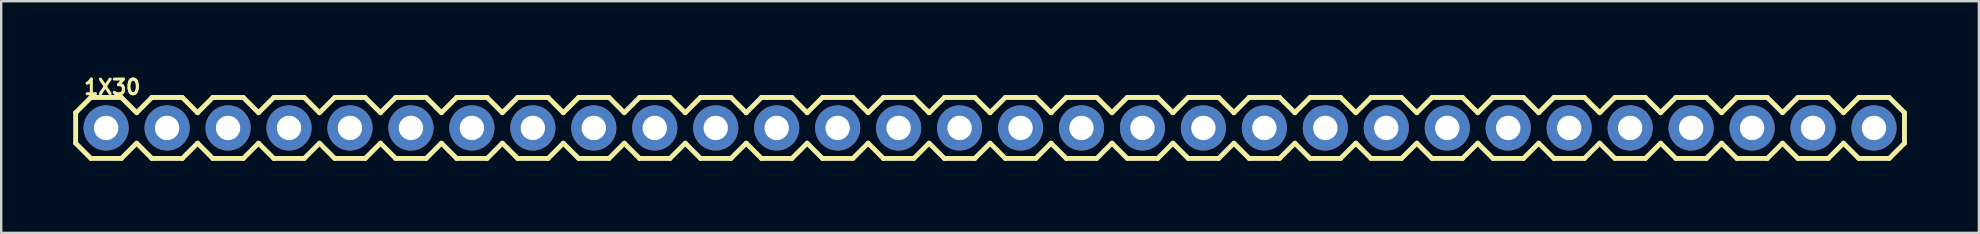
<source format=kicad_pcb>
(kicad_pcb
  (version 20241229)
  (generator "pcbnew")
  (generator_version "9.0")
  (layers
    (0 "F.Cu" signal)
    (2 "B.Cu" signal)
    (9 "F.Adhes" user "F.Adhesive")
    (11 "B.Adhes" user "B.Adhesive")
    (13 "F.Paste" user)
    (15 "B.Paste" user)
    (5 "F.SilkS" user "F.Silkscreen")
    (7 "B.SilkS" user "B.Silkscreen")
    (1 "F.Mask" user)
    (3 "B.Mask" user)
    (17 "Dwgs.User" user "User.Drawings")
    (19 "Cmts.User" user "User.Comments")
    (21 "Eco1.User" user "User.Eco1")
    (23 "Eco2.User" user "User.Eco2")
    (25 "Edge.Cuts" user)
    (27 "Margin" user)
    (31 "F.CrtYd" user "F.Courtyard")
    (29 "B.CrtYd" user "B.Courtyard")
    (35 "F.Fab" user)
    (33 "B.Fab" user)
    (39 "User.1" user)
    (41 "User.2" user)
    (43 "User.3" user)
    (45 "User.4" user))
  (footprint "1X30"
    (layer "F.Cu")
    (at 1.372 2.281)
    (property "Reference" "1X30" (at 0.254 -1.702 0) (layer "F.SilkS") (effects (font (size 0.61 0.61) (thickness 0.127))))
    (attr exclude_from_pos_files exclude_from_bom)
    (fp_line (start -1.27 -0.635) (end -1.27 0.635) (stroke (width 0.203) (type solid)) (layer "F.SilkS"))
    (fp_line (start -1.27 0.635) (end -0.635 1.27) (stroke (width 0.203) (type solid)) (layer "F.SilkS"))
    (fp_line (start -0.635 -1.27) (end -1.27 -0.635) (stroke (width 0.203) (type solid)) (layer "F.SilkS"))
    (fp_line (start -0.635 -1.27) (end 0.635 -1.27) (stroke (width 0.203) (type solid)) (layer "F.SilkS"))
    (fp_line (start 0.635 -1.27) (end 1.27 -0.635) (stroke (width 0.203) (type solid)) (layer "F.SilkS"))
    (fp_line (start 0.635 1.27) (end -0.635 1.27) (stroke (width 0.203) (type solid)) (layer "F.SilkS"))
    (fp_line (start 1.27 -0.635) (end 1.905 -1.27) (stroke (width 0.203) (type solid)) (layer "F.SilkS"))
    (fp_line (start 1.27 0.635) (end 0.635 1.27) (stroke (width 0.203) (type solid)) (layer "F.SilkS"))
    (fp_line (start 1.905 -1.27) (end 3.175 -1.27) (stroke (width 0.203) (type solid)) (layer "F.SilkS"))
    (fp_line (start 1.905 1.27) (end 1.27 0.635) (stroke (width 0.203) (type solid)) (layer "F.SilkS"))
    (fp_line (start 3.175 -1.27) (end 3.81 -0.635) (stroke (width 0.203) (type solid)) (layer "F.SilkS"))
    (fp_line (start 3.175 1.27) (end 1.905 1.27) (stroke (width 0.203) (type solid)) (layer "F.SilkS"))
    (fp_line (start 3.81 -0.635) (end 4.445 -1.27) (stroke (width 0.203) (type solid)) (layer "F.SilkS"))
    (fp_line (start 3.81 0.635) (end 3.175 1.27) (stroke (width 0.203) (type solid)) (layer "F.SilkS"))
    (fp_line (start 4.445 -1.27) (end 5.715 -1.27) (stroke (width 0.203) (type solid)) (layer "F.SilkS"))
    (fp_line (start 4.445 1.27) (end 3.81 0.635) (stroke (width 0.203) (type solid)) (layer "F.SilkS"))
    (fp_line (start 5.715 -1.27) (end 6.35 -0.635) (stroke (width 0.203) (type solid)) (layer "F.SilkS"))
    (fp_line (start 5.715 1.27) (end 4.445 1.27) (stroke (width 0.203) (type solid)) (layer "F.SilkS"))
    (fp_line (start 6.35 0.635) (end 5.715 1.27) (stroke (width 0.203) (type solid)) (layer "F.SilkS"))
    (fp_line (start 6.35 0.635) (end 6.985 1.27) (stroke (width 0.203) (type solid)) (layer "F.SilkS"))
    (fp_line (start 6.985 -1.27) (end 6.35 -0.635) (stroke (width 0.203) (type solid)) (layer "F.SilkS"))
    (fp_line (start 6.985 -1.27) (end 8.255 -1.27) (stroke (width 0.203) (type solid)) (layer "F.SilkS"))
    (fp_line (start 8.255 -1.27) (end 8.89 -0.635) (stroke (width 0.203) (type solid)) (layer "F.SilkS"))
    (fp_line (start 8.255 1.27) (end 6.985 1.27) (stroke (width 0.203) (type solid)) (layer "F.SilkS"))
    (fp_line (start 8.89 -0.635) (end 9.525 -1.27) (stroke (width 0.203) (type solid)) (layer "F.SilkS"))
    (fp_line (start 8.89 0.635) (end 8.255 1.27) (stroke (width 0.203) (type solid)) (layer "F.SilkS"))
    (fp_line (start 9.525 -1.27) (end 10.795 -1.27) (stroke (width 0.203) (type solid)) (layer "F.SilkS"))
    (fp_line (start 9.525 1.27) (end 8.89 0.635) (stroke (width 0.203) (type solid)) (layer "F.SilkS"))
    (fp_line (start 10.795 -1.27) (end 11.43 -0.635) (stroke (width 0.203) (type solid)) (layer "F.SilkS"))
    (fp_line (start 10.795 1.27) (end 9.525 1.27) (stroke (width 0.203) (type solid)) (layer "F.SilkS"))
    (fp_line (start 11.43 -0.635) (end 12.065 -1.27) (stroke (width 0.203) (type solid)) (layer "F.SilkS"))
    (fp_line (start 11.43 0.635) (end 10.795 1.27) (stroke (width 0.203) (type solid)) (layer "F.SilkS"))
    (fp_line (start 12.065 -1.27) (end 13.335 -1.27) (stroke (width 0.203) (type solid)) (layer "F.SilkS"))
    (fp_line (start 12.065 1.27) (end 11.43 0.635) (stroke (width 0.203) (type solid)) (layer "F.SilkS"))
    (fp_line (start 13.335 -1.27) (end 13.97 -0.635) (stroke (width 0.203) (type solid)) (layer "F.SilkS"))
    (fp_line (start 13.335 1.27) (end 12.065 1.27) (stroke (width 0.203) (type solid)) (layer "F.SilkS"))
    (fp_line (start 13.97 0.635) (end 13.335 1.27) (stroke (width 0.203) (type solid)) (layer "F.SilkS"))
    (fp_line (start 13.97 0.635) (end 14.605 1.27) (stroke (width 0.203) (type solid)) (layer "F.SilkS"))
    (fp_line (start 14.605 -1.27) (end 13.97 -0.635) (stroke (width 0.203) (type solid)) (layer "F.SilkS"))
    (fp_line (start 14.605 -1.27) (end 15.875 -1.27) (stroke (width 0.203) (type solid)) (layer "F.SilkS"))
    (fp_line (start 15.875 -1.27) (end 16.51 -0.635) (stroke (width 0.203) (type solid)) (layer "F.SilkS"))
    (fp_line (start 15.875 1.27) (end 14.605 1.27) (stroke (width 0.203) (type solid)) (layer "F.SilkS"))
    (fp_line (start 16.51 0.635) (end 15.875 1.27) (stroke (width 0.203) (type solid)) (layer "F.SilkS"))
    (fp_line (start 16.51 0.635) (end 17.145 1.27) (stroke (width 0.203) (type solid)) (layer "F.SilkS"))
    (fp_line (start 17.145 -1.27) (end 16.51 -0.635) (stroke (width 0.203) (type solid)) (layer "F.SilkS"))
    (fp_line (start 17.145 -1.27) (end 18.415 -1.27) (stroke (width 0.203) (type solid)) (layer "F.SilkS"))
    (fp_line (start 18.415 -1.27) (end 19.05 -0.635) (stroke (width 0.203) (type solid)) (layer "F.SilkS"))
    (fp_line (start 18.415 1.27) (end 17.145 1.27) (stroke (width 0.203) (type solid)) (layer "F.SilkS"))
    (fp_line (start 19.05 -0.635) (end 19.685 -1.27) (stroke (width 0.203) (type solid)) (layer "F.SilkS"))
    (fp_line (start 19.05 0.635) (end 18.415 1.27) (stroke (width 0.203) (type solid)) (layer "F.SilkS"))
    (fp_line (start 19.685 -1.27) (end 20.955 -1.27) (stroke (width 0.203) (type solid)) (layer "F.SilkS"))
    (fp_line (start 19.685 1.27) (end 19.05 0.635) (stroke (width 0.203) (type solid)) (layer "F.SilkS"))
    (fp_line (start 20.955 -1.27) (end 21.59 -0.635) (stroke (width 0.203) (type solid)) (layer "F.SilkS"))
    (fp_line (start 20.955 1.27) (end 19.685 1.27) (stroke (width 0.203) (type solid)) (layer "F.SilkS"))
    (fp_line (start 21.59 -0.635) (end 22.225 -1.27) (stroke (width 0.203) (type solid)) (layer "F.SilkS"))
    (fp_line (start 21.59 0.635) (end 20.955 1.27) (stroke (width 0.203) (type solid)) (layer "F.SilkS"))
    (fp_line (start 22.225 -1.27) (end 23.495 -1.27) (stroke (width 0.203) (type solid)) (layer "F.SilkS"))
    (fp_line (start 22.225 1.27) (end 21.59 0.635) (stroke (width 0.203) (type solid)) (layer "F.SilkS"))
    (fp_line (start 23.495 -1.27) (end 24.13 -0.635) (stroke (width 0.203) (type solid)) (layer "F.SilkS"))
    (fp_line (start 23.495 1.27) (end 22.225 1.27) (stroke (width 0.203) (type solid)) (layer "F.SilkS"))
    (fp_line (start 24.13 0.635) (end 23.495 1.27) (stroke (width 0.203) (type solid)) (layer "F.SilkS"))
    (fp_line (start 24.13 0.635) (end 24.765 1.27) (stroke (width 0.203) (type solid)) (layer "F.SilkS"))
    (fp_line (start 24.765 -1.27) (end 24.13 -0.635) (stroke (width 0.203) (type solid)) (layer "F.SilkS"))
    (fp_line (start 24.765 -1.27) (end 26.035 -1.27) (stroke (width 0.203) (type solid)) (layer "F.SilkS"))
    (fp_line (start 26.035 -1.27) (end 26.67 -0.635) (stroke (width 0.203) (type solid)) (layer "F.SilkS"))
    (fp_line (start 26.035 1.27) (end 24.765 1.27) (stroke (width 0.203) (type solid)) (layer "F.SilkS"))
    (fp_line (start 26.67 -0.635) (end 27.305 -1.27) (stroke (width 0.203) (type solid)) (layer "F.SilkS"))
    (fp_line (start 26.67 0.635) (end 26.035 1.27) (stroke (width 0.203) (type solid)) (layer "F.SilkS"))
    (fp_line (start 27.305 -1.27) (end 28.575 -1.27) (stroke (width 0.203) (type solid)) (layer "F.SilkS"))
    (fp_line (start 27.305 1.27) (end 26.67 0.635) (stroke (width 0.203) (type solid)) (layer "F.SilkS"))
    (fp_line (start 28.575 -1.27) (end 29.21 -0.635) (stroke (width 0.203) (type solid)) (layer "F.SilkS"))
    (fp_line (start 28.575 1.27) (end 27.305 1.27) (stroke (width 0.203) (type solid)) (layer "F.SilkS"))
    (fp_line (start 29.21 -0.635) (end 29.845 -1.27) (stroke (width 0.203) (type solid)) (layer "F.SilkS"))
    (fp_line (start 29.21 0.635) (end 28.575 1.27) (stroke (width 0.203) (type solid)) (layer "F.SilkS"))
    (fp_line (start 29.845 -1.27) (end 31.115 -1.27) (stroke (width 0.203) (type solid)) (layer "F.SilkS"))
    (fp_line (start 29.845 1.27) (end 29.21 0.635) (stroke (width 0.203) (type solid)) (layer "F.SilkS"))
    (fp_line (start 31.115 -1.27) (end 31.75 -0.635) (stroke (width 0.203) (type solid)) (layer "F.SilkS"))
    (fp_line (start 31.115 1.27) (end 29.845 1.27) (stroke (width 0.203) (type solid)) (layer "F.SilkS"))
    (fp_line (start 31.75 0.635) (end 31.115 1.27) (stroke (width 0.203) (type solid)) (layer "F.SilkS"))
    (fp_line (start 31.75 0.635) (end 32.385 1.27) (stroke (width 0.203) (type solid)) (layer "F.SilkS"))
    (fp_line (start 32.385 -1.27) (end 31.75 -0.635) (stroke (width 0.203) (type solid)) (layer "F.SilkS"))
    (fp_line (start 32.385 -1.27) (end 33.655 -1.27) (stroke (width 0.203) (type solid)) (layer "F.SilkS"))
    (fp_line (start 33.655 -1.27) (end 34.29 -0.635) (stroke (width 0.203) (type solid)) (layer "F.SilkS"))
    (fp_line (start 33.655 1.27) (end 32.385 1.27) (stroke (width 0.203) (type solid)) (layer "F.SilkS"))
    (fp_line (start 34.29 0.635) (end 33.655 1.27) (stroke (width 0.203) (type solid)) (layer "F.SilkS"))
    (fp_line (start 34.29 0.635) (end 34.925 1.27) (stroke (width 0.203) (type solid)) (layer "F.SilkS"))
    (fp_line (start 34.925 -1.27) (end 34.29 -0.635) (stroke (width 0.203) (type solid)) (layer "F.SilkS"))
    (fp_line (start 34.925 -1.27) (end 36.195 -1.27) (stroke (width 0.203) (type solid)) (layer "F.SilkS"))
    (fp_line (start 36.195 -1.27) (end 36.83 -0.635) (stroke (width 0.203) (type solid)) (layer "F.SilkS"))
    (fp_line (start 36.195 1.27) (end 34.925 1.27) (stroke (width 0.203) (type solid)) (layer "F.SilkS"))
    (fp_line (start 36.83 0.635) (end 36.195 1.27) (stroke (width 0.203) (type solid)) (layer "F.SilkS"))
    (fp_line (start 36.83 0.635) (end 37.465 1.27) (stroke (width 0.203) (type solid)) (layer "F.SilkS"))
    (fp_line (start 37.465 -1.27) (end 36.83 -0.635) (stroke (width 0.203) (type solid)) (layer "F.SilkS"))
    (fp_line (start 37.465 -1.27) (end 38.735 -1.27) (stroke (width 0.203) (type solid)) (layer "F.SilkS"))
    (fp_line (start 38.735 -1.27) (end 39.37 -0.635) (stroke (width 0.203) (type solid)) (layer "F.SilkS"))
    (fp_line (start 38.735 1.27) (end 37.465 1.27) (stroke (width 0.203) (type solid)) (layer "F.SilkS"))
    (fp_line (start 39.37 0.635) (end 38.735 1.27) (stroke (width 0.203) (type solid)) (layer "F.SilkS"))
    (fp_line (start 39.37 0.635) (end 40.005 1.27) (stroke (width 0.203) (type solid)) (layer "F.SilkS"))
    (fp_line (start 40.005 -1.27) (end 39.37 -0.635) (stroke (width 0.203) (type solid)) (layer "F.SilkS"))
    (fp_line (start 40.005 -1.27) (end 41.275 -1.27) (stroke (width 0.203) (type solid)) (layer "F.SilkS"))
    (fp_line (start 41.275 -1.27) (end 41.91 -0.635) (stroke (width 0.203) (type solid)) (layer "F.SilkS"))
    (fp_line (start 41.275 1.27) (end 40.005 1.27) (stroke (width 0.203) (type solid)) (layer "F.SilkS"))
    (fp_line (start 41.91 0.635) (end 41.275 1.27) (stroke (width 0.203) (type solid)) (layer "F.SilkS"))
    (fp_line (start 41.91 0.635) (end 42.545 1.27) (stroke (width 0.203) (type solid)) (layer "F.SilkS"))
    (fp_line (start 42.545 -1.27) (end 41.91 -0.635) (stroke (width 0.203) (type solid)) (layer "F.SilkS"))
    (fp_line (start 42.545 -1.27) (end 43.815 -1.27) (stroke (width 0.203) (type solid)) (layer "F.SilkS"))
    (fp_line (start 43.815 -1.27) (end 44.45 -0.635) (stroke (width 0.203) (type solid)) (layer "F.SilkS"))
    (fp_line (start 43.815 1.27) (end 42.545 1.27) (stroke (width 0.203) (type solid)) (layer "F.SilkS"))
    (fp_line (start 44.45 0.635) (end 43.815 1.27) (stroke (width 0.203) (type solid)) (layer "F.SilkS"))
    (fp_line (start 44.45 0.635) (end 45.085 1.27) (stroke (width 0.203) (type solid)) (layer "F.SilkS"))
    (fp_line (start 45.085 -1.27) (end 44.45 -0.635) (stroke (width 0.203) (type solid)) (layer "F.SilkS"))
    (fp_line (start 45.085 -1.27) (end 46.355 -1.27) (stroke (width 0.203) (type solid)) (layer "F.SilkS"))
    (fp_line (start 46.355 -1.27) (end 46.99 -0.635) (stroke (width 0.203) (type solid)) (layer "F.SilkS"))
    (fp_line (start 46.355 1.27) (end 45.085 1.27) (stroke (width 0.203) (type solid)) (layer "F.SilkS"))
    (fp_line (start 46.99 0.635) (end 46.355 1.27) (stroke (width 0.203) (type solid)) (layer "F.SilkS"))
    (fp_line (start 46.99 0.635) (end 47.625 1.27) (stroke (width 0.203) (type solid)) (layer "F.SilkS"))
    (fp_line (start 47.625 -1.27) (end 46.99 -0.635) (stroke (width 0.203) (type solid)) (layer "F.SilkS"))
    (fp_line (start 47.625 -1.27) (end 48.895 -1.27) (stroke (width 0.203) (type solid)) (layer "F.SilkS"))
    (fp_line (start 48.895 -1.27) (end 49.53 -0.635) (stroke (width 0.203) (type solid)) (layer "F.SilkS"))
    (fp_line (start 48.895 1.27) (end 47.625 1.27) (stroke (width 0.203) (type solid)) (layer "F.SilkS"))
    (fp_line (start 49.53 0.635) (end 48.895 1.27) (stroke (width 0.203) (type solid)) (layer "F.SilkS"))
    (fp_line (start 49.53 0.635) (end 50.165 1.27) (stroke (width 0.203) (type solid)) (layer "F.SilkS"))
    (fp_line (start 50.165 -1.27) (end 49.53 -0.635) (stroke (width 0.203) (type solid)) (layer "F.SilkS"))
    (fp_line (start 50.165 -1.27) (end 51.435 -1.27) (stroke (width 0.203) (type solid)) (layer "F.SilkS"))
    (fp_line (start 51.435 -1.27) (end 52.07 -0.635) (stroke (width 0.203) (type solid)) (layer "F.SilkS"))
    (fp_line (start 51.435 1.27) (end 50.165 1.27) (stroke (width 0.203) (type solid)) (layer "F.SilkS"))
    (fp_line (start 52.07 0.635) (end 51.435 1.27) (stroke (width 0.203) (type solid)) (layer "F.SilkS"))
    (fp_line (start 52.07 0.635) (end 52.705 1.27) (stroke (width 0.203) (type solid)) (layer "F.SilkS"))
    (fp_line (start 52.705 -1.27) (end 52.07 -0.635) (stroke (width 0.203) (type solid)) (layer "F.SilkS"))
    (fp_line (start 52.705 -1.27) (end 53.975 -1.27) (stroke (width 0.203) (type solid)) (layer "F.SilkS"))
    (fp_line (start 53.975 -1.27) (end 54.61 -0.635) (stroke (width 0.203) (type solid)) (layer "F.SilkS"))
    (fp_line (start 53.975 1.27) (end 52.705 1.27) (stroke (width 0.203) (type solid)) (layer "F.SilkS"))
    (fp_line (start 54.61 0.635) (end 53.975 1.27) (stroke (width 0.203) (type solid)) (layer "F.SilkS"))
    (fp_line (start 54.61 0.635) (end 55.245 1.27) (stroke (width 0.203) (type solid)) (layer "F.SilkS"))
    (fp_line (start 55.245 -1.27) (end 54.61 -0.635) (stroke (width 0.203) (type solid)) (layer "F.SilkS"))
    (fp_line (start 55.245 -1.27) (end 56.515 -1.27) (stroke (width 0.203) (type solid)) (layer "F.SilkS"))
    (fp_line (start 56.515 -1.27) (end 57.15 -0.635) (stroke (width 0.203) (type solid)) (layer "F.SilkS"))
    (fp_line (start 56.515 1.27) (end 55.245 1.27) (stroke (width 0.203) (type solid)) (layer "F.SilkS"))
    (fp_line (start 57.15 -0.635) (end 57.785 -1.27) (stroke (width 0.203) (type solid)) (layer "F.SilkS"))
    (fp_line (start 57.15 0.635) (end 56.515 1.27) (stroke (width 0.203) (type solid)) (layer "F.SilkS"))
    (fp_line (start 57.15 0.635) (end 57.785 1.27) (stroke (width 0.203) (type solid)) (layer "F.SilkS"))
    (fp_line (start 57.785 -1.27) (end 59.055 -1.27) (stroke (width 0.203) (type solid)) (layer "F.SilkS"))
    (fp_line (start 59.055 -1.27) (end 59.69 -0.635) (stroke (width 0.203) (type solid)) (layer "F.SilkS"))
    (fp_line (start 59.055 1.27) (end 57.785 1.27) (stroke (width 0.203) (type solid)) (layer "F.SilkS"))
    (fp_line (start 59.69 0.635) (end 59.055 1.27) (stroke (width 0.203) (type solid)) (layer "F.SilkS"))
    (fp_line (start 59.69 0.635) (end 60.325 1.27) (stroke (width 0.203) (type solid)) (layer "F.SilkS"))
    (fp_line (start 60.325 -1.27) (end 59.69 -0.635) (stroke (width 0.203) (type solid)) (layer "F.SilkS"))
    (fp_line (start 60.325 -1.27) (end 61.595 -1.27) (stroke (width 0.203) (type solid)) (layer "F.SilkS"))
    (fp_line (start 61.595 -1.27) (end 62.23 -0.635) (stroke (width 0.203) (type solid)) (layer "F.SilkS"))
    (fp_line (start 61.595 1.27) (end 60.325 1.27) (stroke (width 0.203) (type solid)) (layer "F.SilkS"))
    (fp_line (start 62.23 -0.635) (end 62.865 -1.27) (stroke (width 0.203) (type solid)) (layer "F.SilkS"))
    (fp_line (start 62.23 0.635) (end 61.595 1.27) (stroke (width 0.203) (type solid)) (layer "F.SilkS"))
    (fp_line (start 62.23 0.635) (end 62.865 1.27) (stroke (width 0.203) (type solid)) (layer "F.SilkS"))
    (fp_line (start 62.865 -1.27) (end 64.135 -1.27) (stroke (width 0.203) (type solid)) (layer "F.SilkS"))
    (fp_line (start 64.135 -1.27) (end 64.77 -0.635) (stroke (width 0.203) (type solid)) (layer "F.SilkS"))
    (fp_line (start 64.135 1.27) (end 62.865 1.27) (stroke (width 0.203) (type solid)) (layer "F.SilkS"))
    (fp_line (start 64.77 0.635) (end 64.135 1.27) (stroke (width 0.203) (type solid)) (layer "F.SilkS"))
    (fp_line (start 64.77 0.635) (end 65.405 1.27) (stroke (width 0.203) (type solid)) (layer "F.SilkS"))
    (fp_line (start 65.405 -1.27) (end 64.77 -0.635) (stroke (width 0.203) (type solid)) (layer "F.SilkS"))
    (fp_line (start 65.405 -1.27) (end 66.675 -1.27) (stroke (width 0.203) (type solid)) (layer "F.SilkS"))
    (fp_line (start 66.675 -1.27) (end 67.31 -0.635) (stroke (width 0.203) (type solid)) (layer "F.SilkS"))
    (fp_line (start 66.675 1.27) (end 65.405 1.27) (stroke (width 0.203) (type solid)) (layer "F.SilkS"))
    (fp_line (start 67.31 -0.635) (end 67.945 -1.27) (stroke (width 0.203) (type solid)) (layer "F.SilkS"))
    (fp_line (start 67.31 0.635) (end 66.675 1.27) (stroke (width 0.203) (type solid)) (layer "F.SilkS"))
    (fp_line (start 67.31 0.635) (end 67.945 1.27) (stroke (width 0.203) (type solid)) (layer "F.SilkS"))
    (fp_line (start 67.945 -1.27) (end 69.215 -1.27) (stroke (width 0.203) (type solid)) (layer "F.SilkS"))
    (fp_line (start 69.215 -1.27) (end 69.85 -0.635) (stroke (width 0.203) (type solid)) (layer "F.SilkS"))
    (fp_line (start 69.215 1.27) (end 67.945 1.27) (stroke (width 0.203) (type solid)) (layer "F.SilkS"))
    (fp_line (start 69.85 0.635) (end 69.215 1.27) (stroke (width 0.203) (type solid)) (layer "F.SilkS"))
    (fp_line (start 69.85 0.635) (end 70.485 1.27) (stroke (width 0.203) (type solid)) (layer "F.SilkS"))
    (fp_line (start 70.485 -1.27) (end 69.85 -0.635) (stroke (width 0.203) (type solid)) (layer "F.SilkS"))
    (fp_line (start 70.485 -1.27) (end 71.755 -1.27) (stroke (width 0.203) (type solid)) (layer "F.SilkS"))
    (fp_line (start 71.755 -1.27) (end 72.39 -0.635) (stroke (width 0.203) (type solid)) (layer "F.SilkS"))
    (fp_line (start 71.755 1.27) (end 70.485 1.27) (stroke (width 0.203) (type solid)) (layer "F.SilkS"))
    (fp_line (start 72.39 0.635) (end 71.755 1.27) (stroke (width 0.203) (type solid)) (layer "F.SilkS"))
    (fp_line (start 72.39 0.635) (end 73.025 1.27) (stroke (width 0.203) (type solid)) (layer "F.SilkS"))
    (fp_line (start 73.025 -1.27) (end 72.39 -0.635) (stroke (width 0.203) (type solid)) (layer "F.SilkS"))
    (fp_line (start 73.025 -1.27) (end 74.295 -1.27) (stroke (width 0.203) (type solid)) (layer "F.SilkS"))
    (fp_line (start 74.295 -1.27) (end 74.93 -0.635) (stroke (width 0.203) (type solid)) (layer "F.SilkS"))
    (fp_line (start 74.295 1.27) (end 73.025 1.27) (stroke (width 0.203) (type solid)) (layer "F.SilkS"))
    (fp_line (start 74.93 -0.635) (end 74.93 0.635) (stroke (width 0.203) (type solid)) (layer "F.SilkS"))
    (fp_line (start 74.93 0.635) (end 74.295 1.27) (stroke (width 0.203) (type solid)) (layer "F.SilkS"))
    (fp_line (start -0.254 -0.254) (end 0.254 -0.254) (stroke (width 0.066) (type solid)) (layer "Dwgs.User"))
    (fp_line (start -0.254 0.254) (end -0.254 -0.254) (stroke (width 0.066) (type solid)) (layer "Dwgs.User"))
    (fp_line (start -0.254 0.254) (end 0.254 0.254) (stroke (width 0.066) (type solid)) (layer "Dwgs.User"))
    (fp_line (start 0.254 0.254) (end 0.254 -0.254) (stroke (width 0.066) (type solid)) (layer "Dwgs.User"))
    (fp_line (start 2.286 -0.254) (end 2.794 -0.254) (stroke (width 0.066) (type solid)) (layer "Dwgs.User"))
    (fp_line (start 2.286 0.254) (end 2.286 -0.254) (stroke (width 0.066) (type solid)) (layer "Dwgs.User"))
    (fp_line (start 2.286 0.254) (end 2.794 0.254) (stroke (width 0.066) (type solid)) (layer "Dwgs.User"))
    (fp_line (start 2.794 0.254) (end 2.794 -0.254) (stroke (width 0.066) (type solid)) (layer "Dwgs.User"))
    (fp_line (start 4.826 -0.254) (end 5.334 -0.254) (stroke (width 0.066) (type solid)) (layer "Dwgs.User"))
    (fp_line (start 4.826 0.254) (end 4.826 -0.254) (stroke (width 0.066) (type solid)) (layer "Dwgs.User"))
    (fp_line (start 4.826 0.254) (end 5.334 0.254) (stroke (width 0.066) (type solid)) (layer "Dwgs.User"))
    (fp_line (start 5.334 0.254) (end 5.334 -0.254) (stroke (width 0.066) (type solid)) (layer "Dwgs.User"))
    (fp_line (start 7.366 -0.254) (end 7.874 -0.254) (stroke (width 0.066) (type solid)) (layer "Dwgs.User"))
    (fp_line (start 7.366 0.254) (end 7.366 -0.254) (stroke (width 0.066) (type solid)) (layer "Dwgs.User"))
    (fp_line (start 7.366 0.254) (end 7.874 0.254) (stroke (width 0.066) (type solid)) (layer "Dwgs.User"))
    (fp_line (start 7.874 0.254) (end 7.874 -0.254) (stroke (width 0.066) (type solid)) (layer "Dwgs.User"))
    (fp_line (start 9.906 -0.254) (end 10.414 -0.254) (stroke (width 0.066) (type solid)) (layer "Dwgs.User"))
    (fp_line (start 9.906 0.254) (end 9.906 -0.254) (stroke (width 0.066) (type solid)) (layer "Dwgs.User"))
    (fp_line (start 9.906 0.254) (end 10.414 0.254) (stroke (width 0.066) (type solid)) (layer "Dwgs.User"))
    (fp_line (start 10.414 0.254) (end 10.414 -0.254) (stroke (width 0.066) (type solid)) (layer "Dwgs.User"))
    (fp_line (start 12.446 -0.254) (end 12.954 -0.254) (stroke (width 0.066) (type solid)) (layer "Dwgs.User"))
    (fp_line (start 12.446 0.254) (end 12.446 -0.254) (stroke (width 0.066) (type solid)) (layer "Dwgs.User"))
    (fp_line (start 12.446 0.254) (end 12.954 0.254) (stroke (width 0.066) (type solid)) (layer "Dwgs.User"))
    (fp_line (start 12.954 0.254) (end 12.954 -0.254) (stroke (width 0.066) (type solid)) (layer "Dwgs.User"))
    (fp_line (start 14.986 -0.254) (end 15.494 -0.254) (stroke (width 0.066) (type solid)) (layer "Dwgs.User"))
    (fp_line (start 14.986 0.254) (end 14.986 -0.254) (stroke (width 0.066) (type solid)) (layer "Dwgs.User"))
    (fp_line (start 14.986 0.254) (end 15.494 0.254) (stroke (width 0.066) (type solid)) (layer "Dwgs.User"))
    (fp_line (start 15.494 0.254) (end 15.494 -0.254) (stroke (width 0.066) (type solid)) (layer "Dwgs.User"))
    (fp_line (start 17.523 -0.254) (end 18.034 -0.254) (stroke (width 0.066) (type solid)) (layer "Dwgs.User"))
    (fp_line (start 17.523 0.254) (end 17.523 -0.254) (stroke (width 0.066) (type solid)) (layer "Dwgs.User"))
    (fp_line (start 17.523 0.254) (end 18.034 0.254) (stroke (width 0.066) (type solid)) (layer "Dwgs.User"))
    (fp_line (start 18.034 0.254) (end 18.034 -0.254) (stroke (width 0.066) (type solid)) (layer "Dwgs.User"))
    (fp_line (start 20.066 -0.254) (end 20.574 -0.254) (stroke (width 0.066) (type solid)) (layer "Dwgs.User"))
    (fp_line (start 20.066 0.254) (end 20.066 -0.254) (stroke (width 0.066) (type solid)) (layer "Dwgs.User"))
    (fp_line (start 20.066 0.254) (end 20.574 0.254) (stroke (width 0.066) (type solid)) (layer "Dwgs.User"))
    (fp_line (start 20.574 0.254) (end 20.574 -0.254) (stroke (width 0.066) (type solid)) (layer "Dwgs.User"))
    (fp_line (start 22.606 -0.254) (end 23.114 -0.254) (stroke (width 0.066) (type solid)) (layer "Dwgs.User"))
    (fp_line (start 22.606 0.254) (end 22.606 -0.254) (stroke (width 0.066) (type solid)) (layer "Dwgs.User"))
    (fp_line (start 22.606 0.254) (end 23.114 0.254) (stroke (width 0.066) (type solid)) (layer "Dwgs.User"))
    (fp_line (start 23.114 0.254) (end 23.114 -0.254) (stroke (width 0.066) (type solid)) (layer "Dwgs.User"))
    (fp_line (start 25.146 -0.254) (end 25.654 -0.254) (stroke (width 0.066) (type solid)) (layer "Dwgs.User"))
    (fp_line (start 25.146 0.254) (end 25.146 -0.254) (stroke (width 0.066) (type solid)) (layer "Dwgs.User"))
    (fp_line (start 25.146 0.254) (end 25.654 0.254) (stroke (width 0.066) (type solid)) (layer "Dwgs.User"))
    (fp_line (start 25.654 0.254) (end 25.654 -0.254) (stroke (width 0.066) (type solid)) (layer "Dwgs.User"))
    (fp_line (start 27.686 -0.254) (end 28.194 -0.254) (stroke (width 0.066) (type solid)) (layer "Dwgs.User"))
    (fp_line (start 27.686 0.254) (end 27.686 -0.254) (stroke (width 0.066) (type solid)) (layer "Dwgs.User"))
    (fp_line (start 27.686 0.254) (end 28.194 0.254) (stroke (width 0.066) (type solid)) (layer "Dwgs.User"))
    (fp_line (start 28.194 0.254) (end 28.194 -0.254) (stroke (width 0.066) (type solid)) (layer "Dwgs.User"))
    (fp_line (start 30.226 -0.254) (end 30.734 -0.254) (stroke (width 0.066) (type solid)) (layer "Dwgs.User"))
    (fp_line (start 30.226 0.254) (end 30.226 -0.254) (stroke (width 0.066) (type solid)) (layer "Dwgs.User"))
    (fp_line (start 30.226 0.254) (end 30.734 0.254) (stroke (width 0.066) (type solid)) (layer "Dwgs.User"))
    (fp_line (start 30.734 0.254) (end 30.734 -0.254) (stroke (width 0.066) (type solid)) (layer "Dwgs.User"))
    (fp_line (start 32.766 -0.254) (end 33.274 -0.254) (stroke (width 0.066) (type solid)) (layer "Dwgs.User"))
    (fp_line (start 32.766 0.254) (end 32.766 -0.254) (stroke (width 0.066) (type solid)) (layer "Dwgs.User"))
    (fp_line (start 32.766 0.254) (end 33.274 0.254) (stroke (width 0.066) (type solid)) (layer "Dwgs.User"))
    (fp_line (start 33.274 0.254) (end 33.274 -0.254) (stroke (width 0.066) (type solid)) (layer "Dwgs.User"))
    (fp_line (start 35.303 -0.254) (end 35.814 -0.254) (stroke (width 0.066) (type solid)) (layer "Dwgs.User"))
    (fp_line (start 35.303 0.254) (end 35.303 -0.254) (stroke (width 0.066) (type solid)) (layer "Dwgs.User"))
    (fp_line (start 35.303 0.254) (end 35.814 0.254) (stroke (width 0.066) (type solid)) (layer "Dwgs.User"))
    (fp_line (start 35.814 0.254) (end 35.814 -0.254) (stroke (width 0.066) (type solid)) (layer "Dwgs.User"))
    (fp_line (start 37.846 -0.254) (end 38.354 -0.254) (stroke (width 0.066) (type solid)) (layer "Dwgs.User"))
    (fp_line (start 37.846 0.254) (end 37.846 -0.254) (stroke (width 0.066) (type solid)) (layer "Dwgs.User"))
    (fp_line (start 37.846 0.254) (end 38.354 0.254) (stroke (width 0.066) (type solid)) (layer "Dwgs.User"))
    (fp_line (start 38.354 0.254) (end 38.354 -0.254) (stroke (width 0.066) (type solid)) (layer "Dwgs.User"))
    (fp_line (start 40.386 -0.254) (end 40.894 -0.254) (stroke (width 0.066) (type solid)) (layer "Dwgs.User"))
    (fp_line (start 40.386 0.254) (end 40.386 -0.254) (stroke (width 0.066) (type solid)) (layer "Dwgs.User"))
    (fp_line (start 40.386 0.254) (end 40.894 0.254) (stroke (width 0.066) (type solid)) (layer "Dwgs.User"))
    (fp_line (start 40.894 0.254) (end 40.894 -0.254) (stroke (width 0.066) (type solid)) (layer "Dwgs.User"))
    (fp_line (start 42.926 -0.254) (end 43.434 -0.254) (stroke (width 0.066) (type solid)) (layer "Dwgs.User"))
    (fp_line (start 42.926 0.254) (end 42.926 -0.254) (stroke (width 0.066) (type solid)) (layer "Dwgs.User"))
    (fp_line (start 42.926 0.254) (end 43.434 0.254) (stroke (width 0.066) (type solid)) (layer "Dwgs.User"))
    (fp_line (start 43.434 0.254) (end 43.434 -0.254) (stroke (width 0.066) (type solid)) (layer "Dwgs.User"))
    (fp_line (start 45.466 -0.254) (end 45.974 -0.254) (stroke (width 0.066) (type solid)) (layer "Dwgs.User"))
    (fp_line (start 45.466 0.254) (end 45.466 -0.254) (stroke (width 0.066) (type solid)) (layer "Dwgs.User"))
    (fp_line (start 45.466 0.254) (end 45.974 0.254) (stroke (width 0.066) (type solid)) (layer "Dwgs.User"))
    (fp_line (start 45.974 0.254) (end 45.974 -0.254) (stroke (width 0.066) (type solid)) (layer "Dwgs.User"))
    (fp_line (start 48.006 -0.254) (end 48.514 -0.254) (stroke (width 0.066) (type solid)) (layer "Dwgs.User"))
    (fp_line (start 48.006 0.254) (end 48.006 -0.254) (stroke (width 0.066) (type solid)) (layer "Dwgs.User"))
    (fp_line (start 48.006 0.254) (end 48.514 0.254) (stroke (width 0.066) (type solid)) (layer "Dwgs.User"))
    (fp_line (start 48.514 0.254) (end 48.514 -0.254) (stroke (width 0.066) (type solid)) (layer "Dwgs.User"))
    (fp_line (start 50.546 -0.254) (end 51.051 -0.254) (stroke (width 0.066) (type solid)) (layer "Dwgs.User"))
    (fp_line (start 50.546 0.254) (end 50.546 -0.254) (stroke (width 0.066) (type solid)) (layer "Dwgs.User"))
    (fp_line (start 50.546 0.254) (end 51.051 0.254) (stroke (width 0.066) (type solid)) (layer "Dwgs.User"))
    (fp_line (start 51.051 0.254) (end 51.051 -0.254) (stroke (width 0.066) (type solid)) (layer "Dwgs.User"))
    (fp_line (start 53.086 -0.254) (end 53.594 -0.254) (stroke (width 0.066) (type solid)) (layer "Dwgs.User"))
    (fp_line (start 53.086 0.254) (end 53.086 -0.254) (stroke (width 0.066) (type solid)) (layer "Dwgs.User"))
    (fp_line (start 53.086 0.254) (end 53.594 0.254) (stroke (width 0.066) (type solid)) (layer "Dwgs.User"))
    (fp_line (start 53.594 0.254) (end 53.594 -0.254) (stroke (width 0.066) (type solid)) (layer "Dwgs.User"))
    (fp_line (start 55.626 -0.254) (end 56.134 -0.254) (stroke (width 0.066) (type solid)) (layer "Dwgs.User"))
    (fp_line (start 55.626 0.254) (end 55.626 -0.254) (stroke (width 0.066) (type solid)) (layer "Dwgs.User"))
    (fp_line (start 55.626 0.254) (end 56.134 0.254) (stroke (width 0.066) (type solid)) (layer "Dwgs.User"))
    (fp_line (start 56.134 0.254) (end 56.134 -0.254) (stroke (width 0.066) (type solid)) (layer "Dwgs.User"))
    (fp_line (start 58.166 -0.254) (end 58.674 -0.254) (stroke (width 0.066) (type solid)) (layer "Dwgs.User"))
    (fp_line (start 58.166 0.254) (end 58.166 -0.254) (stroke (width 0.066) (type solid)) (layer "Dwgs.User"))
    (fp_line (start 58.166 0.254) (end 58.674 0.254) (stroke (width 0.066) (type solid)) (layer "Dwgs.User"))
    (fp_line (start 58.674 0.254) (end 58.674 -0.254) (stroke (width 0.066) (type solid)) (layer "Dwgs.User"))
    (fp_line (start 60.706 -0.254) (end 61.214 -0.254) (stroke (width 0.066) (type solid)) (layer "Dwgs.User"))
    (fp_line (start 60.706 0.254) (end 60.706 -0.254) (stroke (width 0.066) (type solid)) (layer "Dwgs.User"))
    (fp_line (start 60.706 0.254) (end 61.214 0.254) (stroke (width 0.066) (type solid)) (layer "Dwgs.User"))
    (fp_line (start 61.214 0.254) (end 61.214 -0.254) (stroke (width 0.066) (type solid)) (layer "Dwgs.User"))
    (fp_line (start 63.246 -0.254) (end 63.751 -0.254) (stroke (width 0.066) (type solid)) (layer "Dwgs.User"))
    (fp_line (start 63.246 0.254) (end 63.246 -0.254) (stroke (width 0.066) (type solid)) (layer "Dwgs.User"))
    (fp_line (start 63.246 0.254) (end 63.751 0.254) (stroke (width 0.066) (type solid)) (layer "Dwgs.User"))
    (fp_line (start 63.751 0.254) (end 63.751 -0.254) (stroke (width 0.066) (type solid)) (layer "Dwgs.User"))
    (fp_line (start 65.786 -0.254) (end 66.294 -0.254) (stroke (width 0.066) (type solid)) (layer "Dwgs.User"))
    (fp_line (start 65.786 0.254) (end 65.786 -0.254) (stroke (width 0.066) (type solid)) (layer "Dwgs.User"))
    (fp_line (start 65.786 0.254) (end 66.294 0.254) (stroke (width 0.066) (type solid)) (layer "Dwgs.User"))
    (fp_line (start 66.294 0.254) (end 66.294 -0.254) (stroke (width 0.066) (type solid)) (layer "Dwgs.User"))
    (fp_line (start 68.326 -0.254) (end 68.834 -0.254) (stroke (width 0.066) (type solid)) (layer "Dwgs.User"))
    (fp_line (start 68.326 0.254) (end 68.326 -0.254) (stroke (width 0.066) (type solid)) (layer "Dwgs.User"))
    (fp_line (start 68.326 0.254) (end 68.834 0.254) (stroke (width 0.066) (type solid)) (layer "Dwgs.User"))
    (fp_line (start 68.834 0.254) (end 68.834 -0.254) (stroke (width 0.066) (type solid)) (layer "Dwgs.User"))
    (fp_line (start 70.866 -0.254) (end 71.374 -0.254) (stroke (width 0.066) (type solid)) (layer "Dwgs.User"))
    (fp_line (start 70.866 0.254) (end 70.866 -0.254) (stroke (width 0.066) (type solid)) (layer "Dwgs.User"))
    (fp_line (start 70.866 0.254) (end 71.374 0.254) (stroke (width 0.066) (type solid)) (layer "Dwgs.User"))
    (fp_line (start 71.374 0.254) (end 71.374 -0.254) (stroke (width 0.066) (type solid)) (layer "Dwgs.User"))
    (fp_line (start 73.406 -0.254) (end 73.914 -0.254) (stroke (width 0.066) (type solid)) (layer "Dwgs.User"))
    (fp_line (start 73.406 0.254) (end 73.406 -0.254) (stroke (width 0.066) (type solid)) (layer "Dwgs.User"))
    (fp_line (start 73.406 0.254) (end 73.914 0.254) (stroke (width 0.066) (type solid)) (layer "Dwgs.User"))
    (fp_line (start 73.914 0.254) (end 73.914 -0.254) (stroke (width 0.066) (type solid)) (layer "Dwgs.User"))
    (pad "1" thru_hole circle (at 0 0) (size 1.88 1.88) (drill 1.016) (layers "*.Cu" "*.Paste" "*.Mask"))
    (pad "2" thru_hole circle (at 2.54 0) (size 1.88 1.88) (drill 1.016) (layers "*.Cu" "*.Paste" "*.Mask"))
    (pad "3" thru_hole circle (at 5.08 0) (size 1.88 1.88) (drill 1.016) (layers "*.Cu" "*.Paste" "*.Mask"))
    (pad "4" thru_hole circle (at 7.62 0) (size 1.88 1.88) (drill 1.016) (layers "*.Cu" "*.Paste" "*.Mask"))
    (pad "5" thru_hole circle (at 10.16 0) (size 1.88 1.88) (drill 1.016) (layers "*.Cu" "*.Paste" "*.Mask"))
    (pad "6" thru_hole circle (at 12.7 0) (size 1.88 1.88) (drill 1.016) (layers "*.Cu" "*.Paste" "*.Mask"))
    (pad "7" thru_hole circle (at 15.24 0) (size 1.88 1.88) (drill 1.016) (layers "*.Cu" "*.Paste" "*.Mask"))
    (pad "8" thru_hole circle (at 17.78 0) (size 1.88 1.88) (drill 1.016) (layers "*.Cu" "*.Paste" "*.Mask"))
    (pad "9" thru_hole circle (at 20.32 0) (size 1.88 1.88) (drill 1.016) (layers "*.Cu" "*.Paste" "*.Mask"))
    (pad "10" thru_hole circle (at 22.86 0) (size 1.88 1.88) (drill 1.016) (layers "*.Cu" "*.Paste" "*.Mask"))
    (pad "11" thru_hole circle (at 25.4 0) (size 1.88 1.88) (drill 1.016) (layers "*.Cu" "*.Paste" "*.Mask"))
    (pad "12" thru_hole circle (at 27.94 0) (size 1.88 1.88) (drill 1.016) (layers "*.Cu" "*.Paste" "*.Mask"))
    (pad "13" thru_hole circle (at 30.48 0) (size 1.88 1.88) (drill 1.016) (layers "*.Cu" "*.Paste" "*.Mask"))
    (pad "14" thru_hole circle (at 33.02 0) (size 1.88 1.88) (drill 1.016) (layers "*.Cu" "*.Paste" "*.Mask"))
    (pad "15" thru_hole circle (at 35.56 0) (size 1.88 1.88) (drill 1.016) (layers "*.Cu" "*.Paste" "*.Mask"))
    (pad "16" thru_hole circle (at 38.1 0) (size 1.88 1.88) (drill 1.016) (layers "*.Cu" "*.Paste" "*.Mask"))
    (pad "17" thru_hole circle (at 40.64 0) (size 1.88 1.88) (drill 1.016) (layers "*.Cu" "*.Paste" "*.Mask"))
    (pad "18" thru_hole circle (at 43.18 0) (size 1.88 1.88) (drill 1.016) (layers "*.Cu" "*.Paste" "*.Mask"))
    (pad "19" thru_hole circle (at 45.72 0) (size 1.88 1.88) (drill 1.016) (layers "*.Cu" "*.Paste" "*.Mask"))
    (pad "20" thru_hole circle (at 48.26 0) (size 1.88 1.88) (drill 1.016) (layers "*.Cu" "*.Paste" "*.Mask"))
    (pad "21" thru_hole circle (at 50.8 0) (size 1.88 1.88) (drill 1.016) (layers "*.Cu" "*.Paste" "*.Mask"))
    (pad "22" thru_hole circle (at 53.34 0) (size 1.88 1.88) (drill 1.016) (layers "*.Cu" "*.Paste" "*.Mask"))
    (pad "23" thru_hole circle (at 55.88 0) (size 1.88 1.88) (drill 1.016) (layers "*.Cu" "*.Paste" "*.Mask"))
    (pad "24" thru_hole circle (at 58.42 0) (size 1.88 1.88) (drill 1.016) (layers "*.Cu" "*.Paste" "*.Mask"))
    (pad "25" thru_hole circle (at 60.96 0) (size 1.88 1.88) (drill 1.016) (layers "*.Cu" "*.Paste" "*.Mask"))
    (pad "26" thru_hole circle (at 63.5 0) (size 1.88 1.88) (drill 1.016) (layers "*.Cu" "*.Paste" "*.Mask"))
    (pad "27" thru_hole circle (at 66.04 0) (size 1.88 1.88) (drill 1.016) (layers "*.Cu" "*.Paste" "*.Mask"))
    (pad "28" thru_hole circle (at 68.58 0) (size 1.88 1.88) (drill 1.016) (layers "*.Cu" "*.Paste" "*.Mask"))
    (pad "29" thru_hole circle (at 71.12 0) (size 1.88 1.88) (drill 1.016) (layers "*.Cu" "*.Paste" "*.Mask"))
    (pad "30" thru_hole circle (at 73.66 0) (size 1.88 1.88) (drill 1.016) (layers "*.Cu" "*.Paste" "*.Mask")))
  (gr_rect
    (start -3 -3)
    (end 79.403 6.653)
    (stroke (width 0.1) (type default))
    (fill no)
    (layer "Edge.Cuts")))
</source>
